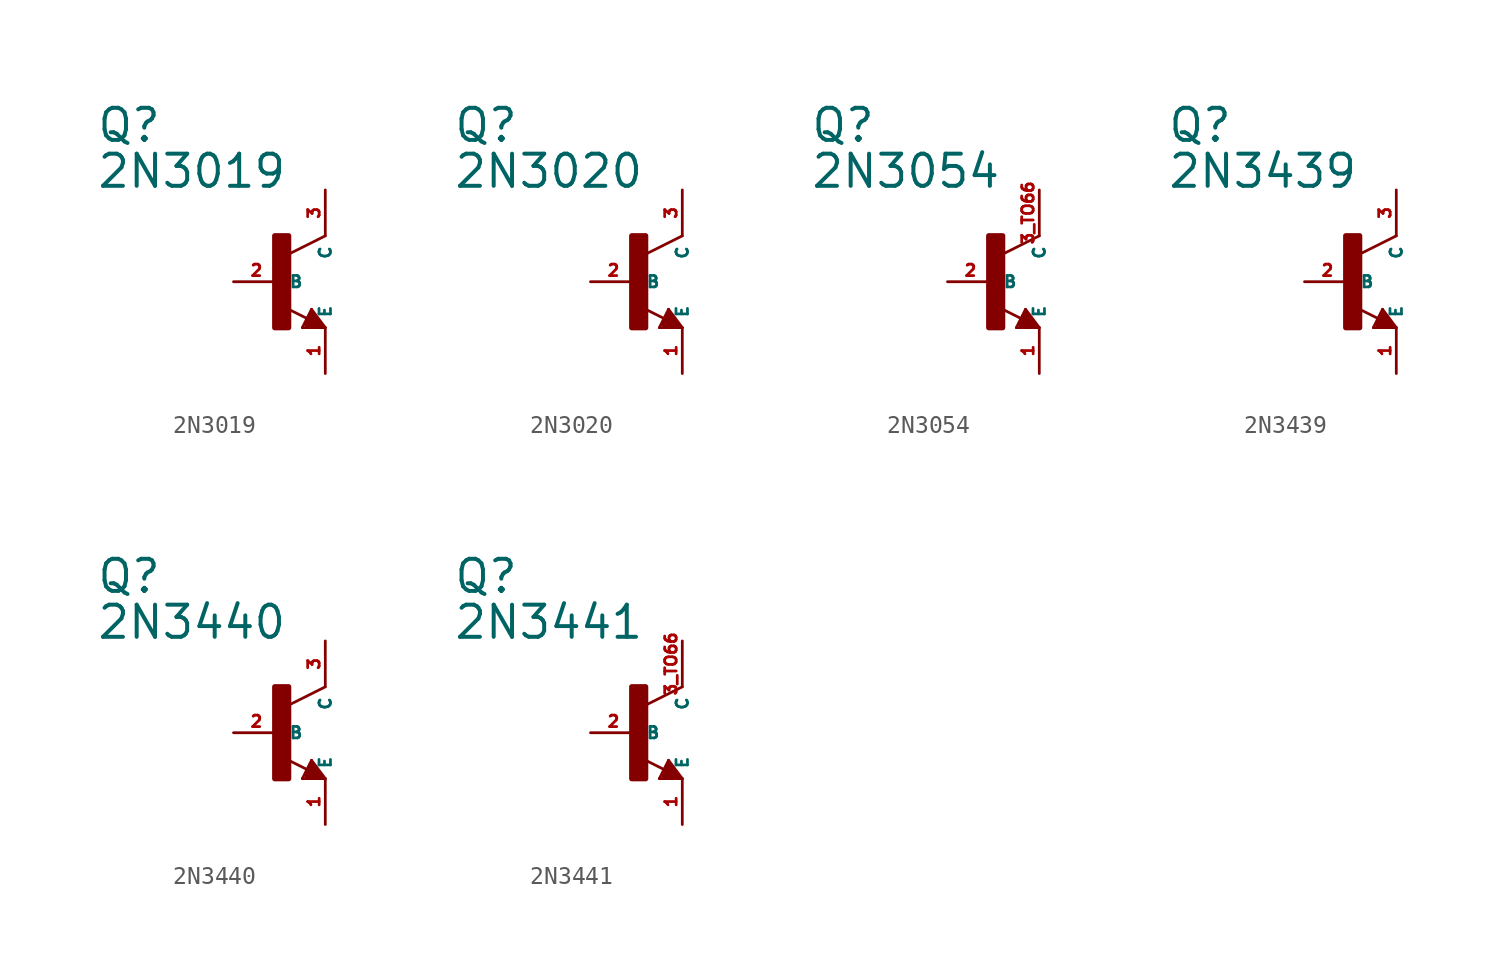
<source format=kicad_sym>
(kicad_symbol_lib
  (version 20220914)
  (generator Eagle2Kicad)
  (symbol "2N3019"
    (property "Reference" "Q"
      (at -10.16 7.62 0)
      (effects (font (size 1.778 1.778) (thickness 0.22)) (justify left bottom)))
    (property "Value" "2N3019"
      (at -10.16 5.08 0)
      (effects (font (size 1.778 1.778) (thickness 0.22)) (justify left bottom)))
    (polyline
      (pts (xy 2.54 2.54) (xy 0.508 1.524))
      (stroke (width 0.152) (type default))
      (fill (type none)))
    (polyline
      (pts (xy 1.778 -1.524) (xy 2.54 -2.54))
      (stroke (width 0.152) (type default))
      (fill (type none)))
    (polyline
      (pts (xy 2.54 -2.54) (xy 1.27 -2.54))
      (stroke (width 0.152) (type default))
      (fill (type none)))
    (polyline
      (pts (xy 1.27 -2.54) (xy 1.778 -1.524))
      (stroke (width 0.152) (type default))
      (fill (type none)))
    (polyline
      (pts (xy 1.54 -2.04) (xy 0.308 -1.424))
      (stroke (width 0.152) (type default))
      (fill (type none)))
    (polyline
      (pts (xy 1.524 -2.413) (xy 2.286 -2.413))
      (stroke (width 0.254) (type default))
      (fill (type none)))
    (polyline
      (pts (xy 2.286 -2.413) (xy 1.778 -1.778))
      (stroke (width 0.254) (type default))
      (fill (type none)))
    (polyline
      (pts (xy 1.778 -1.778) (xy 1.524 -2.286))
      (stroke (width 0.254) (type default))
      (fill (type none)))
    (polyline
      (pts (xy 1.524 -2.286) (xy 1.905 -2.286))
      (stroke (width 0.254) (type default))
      (fill (type none)))
    (polyline
      (pts (xy 1.905 -2.286) (xy 1.778 -2.032))
      (stroke (width 0.254) (type default))
      (fill (type none)))
    (rectangle
      (start -0.254 -2.54)
      (end 0.508 2.54)
      (stroke (width 0.3) (type default))
      (fill (type outline)))
    (pin passive line
      (at -2.54 0 0)
      (length 2.54)
      (name "B" (effects (font (size 0.635 0.635) (thickness 0.08)) (justify left bottom)))
      (number "2" (effects (font (size 0.635 0.635) (thickness 0.08)) (justify left bottom))))
    (pin passive line
      (at 2.54 -5.08 90)
      (length 2.54)
      (name "E" (effects (font (size 0.635 0.635) (thickness 0.08)) (justify left bottom)))
      (number "1" (effects (font (size 0.635 0.635) (thickness 0.08)) (justify left bottom))))
    (pin passive line
      (at 2.54 5.08 270)
      (length 2.54)
      (name "C" (effects (font (size 0.635 0.635) (thickness 0.08)) (justify left bottom)))
      (number "3" (effects (font (size 0.635 0.635) (thickness 0.08)) (justify left bottom)))))
  (symbol "2N3020"
    (property "Reference" "Q"
      (at -10.16 7.62 0)
      (effects (font (size 1.778 1.778) (thickness 0.22)) (justify left bottom)))
    (property "Value" "2N3020"
      (at -10.16 5.08 0)
      (effects (font (size 1.778 1.778) (thickness 0.22)) (justify left bottom)))
    (polyline
      (pts (xy 2.54 2.54) (xy 0.508 1.524))
      (stroke (width 0.152) (type default))
      (fill (type none)))
    (polyline
      (pts (xy 1.778 -1.524) (xy 2.54 -2.54))
      (stroke (width 0.152) (type default))
      (fill (type none)))
    (polyline
      (pts (xy 2.54 -2.54) (xy 1.27 -2.54))
      (stroke (width 0.152) (type default))
      (fill (type none)))
    (polyline
      (pts (xy 1.27 -2.54) (xy 1.778 -1.524))
      (stroke (width 0.152) (type default))
      (fill (type none)))
    (polyline
      (pts (xy 1.54 -2.04) (xy 0.308 -1.424))
      (stroke (width 0.152) (type default))
      (fill (type none)))
    (polyline
      (pts (xy 1.524 -2.413) (xy 2.286 -2.413))
      (stroke (width 0.254) (type default))
      (fill (type none)))
    (polyline
      (pts (xy 2.286 -2.413) (xy 1.778 -1.778))
      (stroke (width 0.254) (type default))
      (fill (type none)))
    (polyline
      (pts (xy 1.778 -1.778) (xy 1.524 -2.286))
      (stroke (width 0.254) (type default))
      (fill (type none)))
    (polyline
      (pts (xy 1.524 -2.286) (xy 1.905 -2.286))
      (stroke (width 0.254) (type default))
      (fill (type none)))
    (polyline
      (pts (xy 1.905 -2.286) (xy 1.778 -2.032))
      (stroke (width 0.254) (type default))
      (fill (type none)))
    (rectangle
      (start -0.254 -2.54)
      (end 0.508 2.54)
      (stroke (width 0.3) (type default))
      (fill (type outline)))
    (pin passive line
      (at -2.54 0 0)
      (length 2.54)
      (name "B" (effects (font (size 0.635 0.635) (thickness 0.08)) (justify left bottom)))
      (number "2" (effects (font (size 0.635 0.635) (thickness 0.08)) (justify left bottom))))
    (pin passive line
      (at 2.54 -5.08 90)
      (length 2.54)
      (name "E" (effects (font (size 0.635 0.635) (thickness 0.08)) (justify left bottom)))
      (number "1" (effects (font (size 0.635 0.635) (thickness 0.08)) (justify left bottom))))
    (pin passive line
      (at 2.54 5.08 270)
      (length 2.54)
      (name "C" (effects (font (size 0.635 0.635) (thickness 0.08)) (justify left bottom)))
      (number "3" (effects (font (size 0.635 0.635) (thickness 0.08)) (justify left bottom)))))
  (symbol "2N3054"
    (property "Reference" "Q"
      (at -10.16 7.62 0)
      (effects (font (size 1.778 1.778) (thickness 0.22)) (justify left bottom)))
    (property "Value" "2N3054"
      (at -10.16 5.08 0)
      (effects (font (size 1.778 1.778) (thickness 0.22)) (justify left bottom)))
    (polyline
      (pts (xy 2.54 2.54) (xy 0.508 1.524))
      (stroke (width 0.152) (type default))
      (fill (type none)))
    (polyline
      (pts (xy 1.778 -1.524) (xy 2.54 -2.54))
      (stroke (width 0.152) (type default))
      (fill (type none)))
    (polyline
      (pts (xy 2.54 -2.54) (xy 1.27 -2.54))
      (stroke (width 0.152) (type default))
      (fill (type none)))
    (polyline
      (pts (xy 1.27 -2.54) (xy 1.778 -1.524))
      (stroke (width 0.152) (type default))
      (fill (type none)))
    (polyline
      (pts (xy 1.54 -2.04) (xy 0.308 -1.424))
      (stroke (width 0.152) (type default))
      (fill (type none)))
    (polyline
      (pts (xy 1.524 -2.413) (xy 2.286 -2.413))
      (stroke (width 0.254) (type default))
      (fill (type none)))
    (polyline
      (pts (xy 2.286 -2.413) (xy 1.778 -1.778))
      (stroke (width 0.254) (type default))
      (fill (type none)))
    (polyline
      (pts (xy 1.778 -1.778) (xy 1.524 -2.286))
      (stroke (width 0.254) (type default))
      (fill (type none)))
    (polyline
      (pts (xy 1.524 -2.286) (xy 1.905 -2.286))
      (stroke (width 0.254) (type default))
      (fill (type none)))
    (polyline
      (pts (xy 1.905 -2.286) (xy 1.778 -2.032))
      (stroke (width 0.254) (type default))
      (fill (type none)))
    (rectangle
      (start -0.254 -2.54)
      (end 0.508 2.54)
      (stroke (width 0.3) (type default))
      (fill (type outline)))
    (pin passive line
      (at -2.54 0 0)
      (length 2.54)
      (name "B" (effects (font (size 0.635 0.635) (thickness 0.08)) (justify left bottom)))
      (number "2" (effects (font (size 0.635 0.635) (thickness 0.08)) (justify left bottom))))
    (pin passive line
      (at 2.54 -5.08 90)
      (length 2.54)
      (name "E" (effects (font (size 0.635 0.635) (thickness 0.08)) (justify left bottom)))
      (number "1" (effects (font (size 0.635 0.635) (thickness 0.08)) (justify left bottom))))
    (pin passive line
      (at 2.54 5.08 270)
      (length 2.54)
      (name "C" (effects (font (size 0.635 0.635) (thickness 0.08)) (justify left bottom)))
      (number "3 TO66" (effects (font (size 0.635 0.635) (thickness 0.08)) (justify left bottom)))))
  (symbol "2N3439"
    (property "Reference" "Q"
      (at -10.16 7.62 0)
      (effects (font (size 1.778 1.778) (thickness 0.22)) (justify left bottom)))
    (property "Value" "2N3439"
      (at -10.16 5.08 0)
      (effects (font (size 1.778 1.778) (thickness 0.22)) (justify left bottom)))
    (polyline
      (pts (xy 2.54 2.54) (xy 0.508 1.524))
      (stroke (width 0.152) (type default))
      (fill (type none)))
    (polyline
      (pts (xy 1.778 -1.524) (xy 2.54 -2.54))
      (stroke (width 0.152) (type default))
      (fill (type none)))
    (polyline
      (pts (xy 2.54 -2.54) (xy 1.27 -2.54))
      (stroke (width 0.152) (type default))
      (fill (type none)))
    (polyline
      (pts (xy 1.27 -2.54) (xy 1.778 -1.524))
      (stroke (width 0.152) (type default))
      (fill (type none)))
    (polyline
      (pts (xy 1.54 -2.04) (xy 0.308 -1.424))
      (stroke (width 0.152) (type default))
      (fill (type none)))
    (polyline
      (pts (xy 1.524 -2.413) (xy 2.286 -2.413))
      (stroke (width 0.254) (type default))
      (fill (type none)))
    (polyline
      (pts (xy 2.286 -2.413) (xy 1.778 -1.778))
      (stroke (width 0.254) (type default))
      (fill (type none)))
    (polyline
      (pts (xy 1.778 -1.778) (xy 1.524 -2.286))
      (stroke (width 0.254) (type default))
      (fill (type none)))
    (polyline
      (pts (xy 1.524 -2.286) (xy 1.905 -2.286))
      (stroke (width 0.254) (type default))
      (fill (type none)))
    (polyline
      (pts (xy 1.905 -2.286) (xy 1.778 -2.032))
      (stroke (width 0.254) (type default))
      (fill (type none)))
    (rectangle
      (start -0.254 -2.54)
      (end 0.508 2.54)
      (stroke (width 0.3) (type default))
      (fill (type outline)))
    (pin passive line
      (at -2.54 0 0)
      (length 2.54)
      (name "B" (effects (font (size 0.635 0.635) (thickness 0.08)) (justify left bottom)))
      (number "2" (effects (font (size 0.635 0.635) (thickness 0.08)) (justify left bottom))))
    (pin passive line
      (at 2.54 -5.08 90)
      (length 2.54)
      (name "E" (effects (font (size 0.635 0.635) (thickness 0.08)) (justify left bottom)))
      (number "1" (effects (font (size 0.635 0.635) (thickness 0.08)) (justify left bottom))))
    (pin passive line
      (at 2.54 5.08 270)
      (length 2.54)
      (name "C" (effects (font (size 0.635 0.635) (thickness 0.08)) (justify left bottom)))
      (number "3" (effects (font (size 0.635 0.635) (thickness 0.08)) (justify left bottom)))))
  (symbol "2N3440"
    (property "Reference" "Q"
      (at -10.16 7.62 0)
      (effects (font (size 1.778 1.778) (thickness 0.22)) (justify left bottom)))
    (property "Value" "2N3440"
      (at -10.16 5.08 0)
      (effects (font (size 1.778 1.778) (thickness 0.22)) (justify left bottom)))
    (polyline
      (pts (xy 2.54 2.54) (xy 0.508 1.524))
      (stroke (width 0.152) (type default))
      (fill (type none)))
    (polyline
      (pts (xy 1.778 -1.524) (xy 2.54 -2.54))
      (stroke (width 0.152) (type default))
      (fill (type none)))
    (polyline
      (pts (xy 2.54 -2.54) (xy 1.27 -2.54))
      (stroke (width 0.152) (type default))
      (fill (type none)))
    (polyline
      (pts (xy 1.27 -2.54) (xy 1.778 -1.524))
      (stroke (width 0.152) (type default))
      (fill (type none)))
    (polyline
      (pts (xy 1.54 -2.04) (xy 0.308 -1.424))
      (stroke (width 0.152) (type default))
      (fill (type none)))
    (polyline
      (pts (xy 1.524 -2.413) (xy 2.286 -2.413))
      (stroke (width 0.254) (type default))
      (fill (type none)))
    (polyline
      (pts (xy 2.286 -2.413) (xy 1.778 -1.778))
      (stroke (width 0.254) (type default))
      (fill (type none)))
    (polyline
      (pts (xy 1.778 -1.778) (xy 1.524 -2.286))
      (stroke (width 0.254) (type default))
      (fill (type none)))
    (polyline
      (pts (xy 1.524 -2.286) (xy 1.905 -2.286))
      (stroke (width 0.254) (type default))
      (fill (type none)))
    (polyline
      (pts (xy 1.905 -2.286) (xy 1.778 -2.032))
      (stroke (width 0.254) (type default))
      (fill (type none)))
    (rectangle
      (start -0.254 -2.54)
      (end 0.508 2.54)
      (stroke (width 0.3) (type default))
      (fill (type outline)))
    (pin passive line
      (at -2.54 0 0)
      (length 2.54)
      (name "B" (effects (font (size 0.635 0.635) (thickness 0.08)) (justify left bottom)))
      (number "2" (effects (font (size 0.635 0.635) (thickness 0.08)) (justify left bottom))))
    (pin passive line
      (at 2.54 -5.08 90)
      (length 2.54)
      (name "E" (effects (font (size 0.635 0.635) (thickness 0.08)) (justify left bottom)))
      (number "1" (effects (font (size 0.635 0.635) (thickness 0.08)) (justify left bottom))))
    (pin passive line
      (at 2.54 5.08 270)
      (length 2.54)
      (name "C" (effects (font (size 0.635 0.635) (thickness 0.08)) (justify left bottom)))
      (number "3" (effects (font (size 0.635 0.635) (thickness 0.08)) (justify left bottom)))))
  (symbol "2N3441"
    (property "Reference" "Q"
      (at -10.16 7.62 0)
      (effects (font (size 1.778 1.778) (thickness 0.22)) (justify left bottom)))
    (property "Value" "2N3441"
      (at -10.16 5.08 0)
      (effects (font (size 1.778 1.778) (thickness 0.22)) (justify left bottom)))
    (polyline
      (pts (xy 2.54 2.54) (xy 0.508 1.524))
      (stroke (width 0.152) (type default))
      (fill (type none)))
    (polyline
      (pts (xy 1.778 -1.524) (xy 2.54 -2.54))
      (stroke (width 0.152) (type default))
      (fill (type none)))
    (polyline
      (pts (xy 2.54 -2.54) (xy 1.27 -2.54))
      (stroke (width 0.152) (type default))
      (fill (type none)))
    (polyline
      (pts (xy 1.27 -2.54) (xy 1.778 -1.524))
      (stroke (width 0.152) (type default))
      (fill (type none)))
    (polyline
      (pts (xy 1.54 -2.04) (xy 0.308 -1.424))
      (stroke (width 0.152) (type default))
      (fill (type none)))
    (polyline
      (pts (xy 1.524 -2.413) (xy 2.286 -2.413))
      (stroke (width 0.254) (type default))
      (fill (type none)))
    (polyline
      (pts (xy 2.286 -2.413) (xy 1.778 -1.778))
      (stroke (width 0.254) (type default))
      (fill (type none)))
    (polyline
      (pts (xy 1.778 -1.778) (xy 1.524 -2.286))
      (stroke (width 0.254) (type default))
      (fill (type none)))
    (polyline
      (pts (xy 1.524 -2.286) (xy 1.905 -2.286))
      (stroke (width 0.254) (type default))
      (fill (type none)))
    (polyline
      (pts (xy 1.905 -2.286) (xy 1.778 -2.032))
      (stroke (width 0.254) (type default))
      (fill (type none)))
    (rectangle
      (start -0.254 -2.54)
      (end 0.508 2.54)
      (stroke (width 0.3) (type default))
      (fill (type outline)))
    (pin passive line
      (at -2.54 0 0)
      (length 2.54)
      (name "B" (effects (font (size 0.635 0.635) (thickness 0.08)) (justify left bottom)))
      (number "2" (effects (font (size 0.635 0.635) (thickness 0.08)) (justify left bottom))))
    (pin passive line
      (at 2.54 -5.08 90)
      (length 2.54)
      (name "E" (effects (font (size 0.635 0.635) (thickness 0.08)) (justify left bottom)))
      (number "1" (effects (font (size 0.635 0.635) (thickness 0.08)) (justify left bottom))))
    (pin passive line
      (at 2.54 5.08 270)
      (length 2.54)
      (name "C" (effects (font (size 0.635 0.635) (thickness 0.08)) (justify left bottom)))
      (number "3 TO66" (effects (font (size 0.635 0.635) (thickness 0.08)) (justify left bottom))))))
</source>
